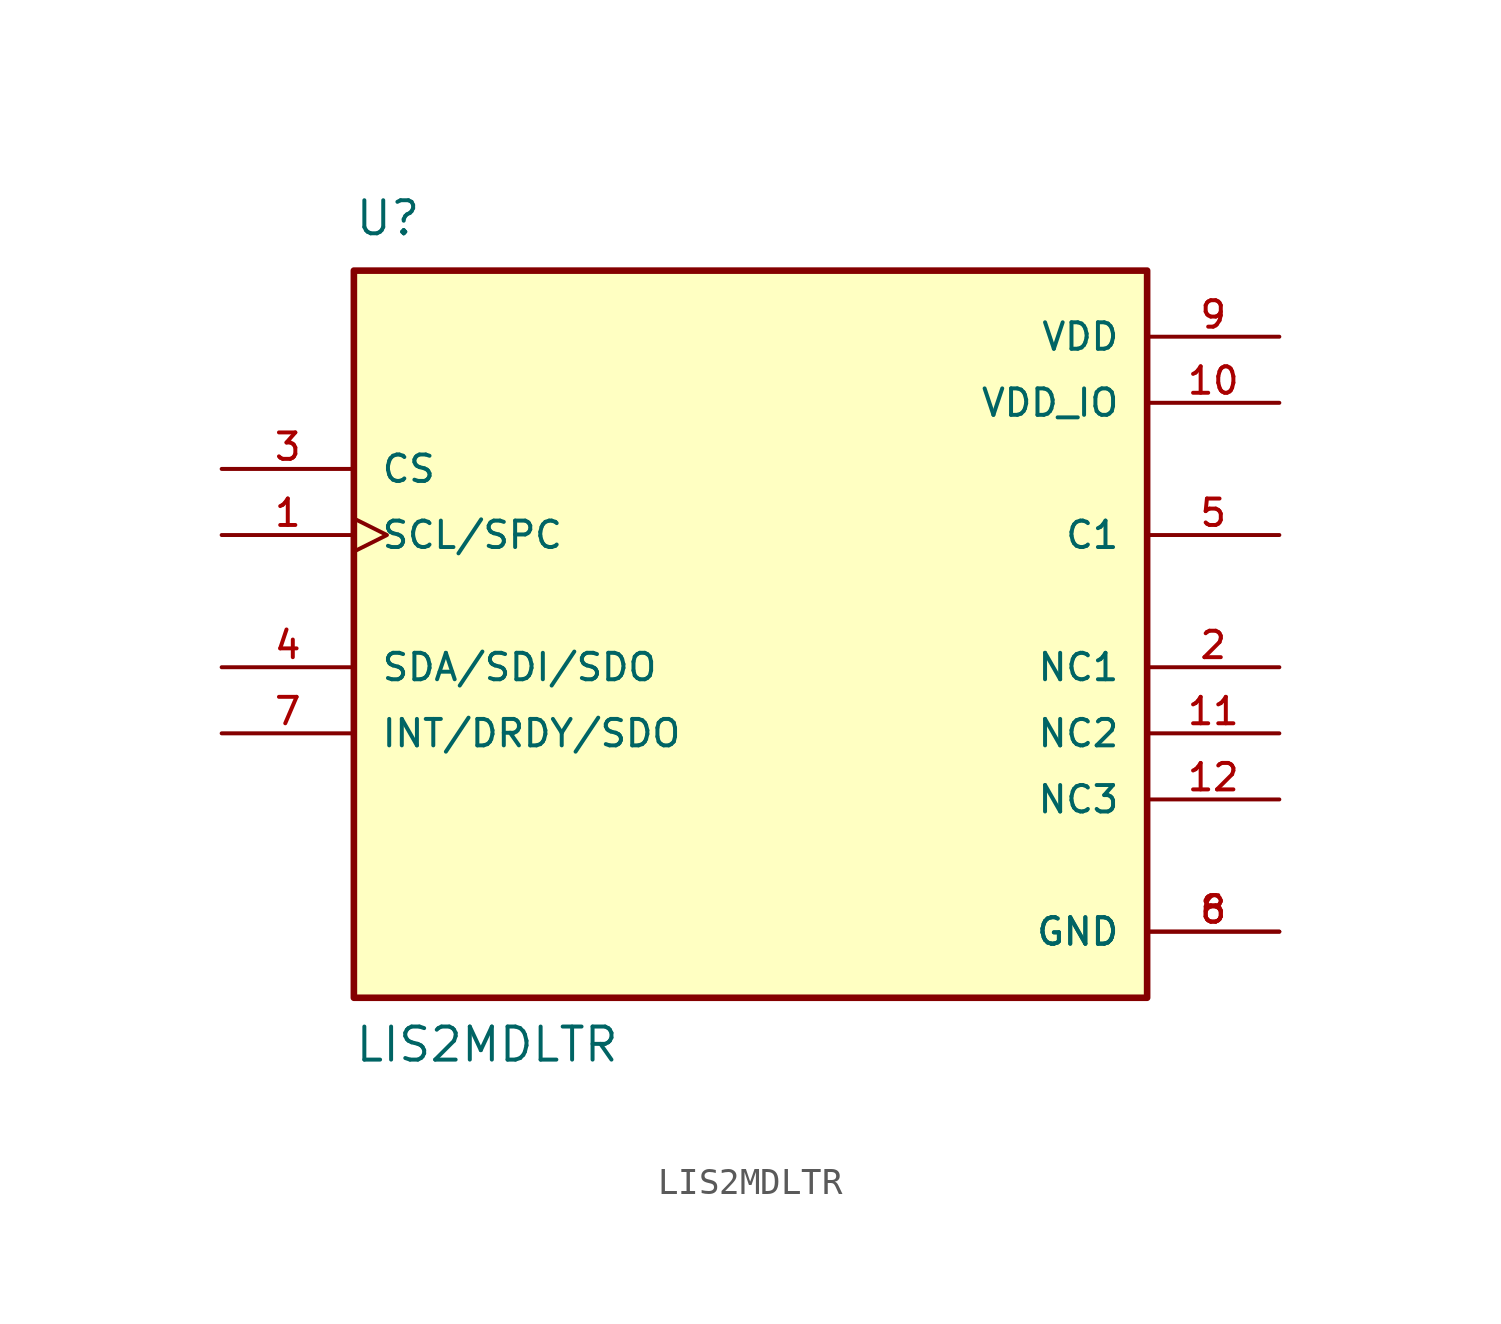
<source format=kicad_sym>
(kicad_symbol_lib
  (version 20211014)
  (generator kicad_symbol_editor)
  (symbol "LIS2MDLTR"
    (pin_names
      (offset 1.016))
    (property "Reference" "U"
      (at -15.24 13.97 0)
      (effects (font (size 1.27 1.27)) (justify bottom left)))
    (property "Value" "LIS2MDLTR"
      (at -15.24 -17.78 0)
      (effects (font (size 1.27 1.27)) (justify bottom left)))
    (symbol "LIS2MDLTR_0_0"
      (rectangle (start -15.24 -15.24) (end 15.24 12.7) (stroke (width 0.254)) (fill (type background)))
      (pin input clock (at -20.32 2.54 0) (length 5.08) (name "SCL/SPC" (effects (font (size 1.016 1.016)))) (number "1" (effects (font (size 1.016 1.016)))))
      (pin input line (at -20.32 5.08 0) (length 5.08) (name "CS" (effects (font (size 1.016 1.016)))) (number "3" (effects (font (size 1.016 1.016)))))
      (pin bidirectional line (at -20.32 -2.54 0) (length 5.08) (name "SDA/SDI/SDO" (effects (font (size 1.016 1.016)))) (number "4" (effects (font (size 1.016 1.016)))))
      (pin bidirectional line (at -20.32 -5.08 0) (length 5.08) (name "INT/DRDY/SDO" (effects (font (size 1.016 1.016)))) (number "7" (effects (font (size 1.016 1.016)))))
      (pin power_in line (at 20.32 10.16 180.0) (length 5.08) (name "VDD" (effects (font (size 1.016 1.016)))) (number "9" (effects (font (size 1.016 1.016)))))
      (pin power_in line (at 20.32 7.62 180.0) (length 5.08) (name "VDD_IO" (effects (font (size 1.016 1.016)))) (number "10" (effects (font (size 1.016 1.016)))))
      (pin power_in line (at 20.32 -12.7 180.0) (length 5.08) (name "GND" (effects (font (size 1.016 1.016)))) (number "6" (effects (font (size 1.016 1.016)))))
      (pin power_in line (at 20.32 -12.7 180.0) (length 5.08) (name "GND" (effects (font (size 1.016 1.016)))) (number "8" (effects (font (size 1.016 1.016)))))
      (pin passive line (at 20.32 2.54 180.0) (length 5.08) (name "C1" (effects (font (size 1.016 1.016)))) (number "5" (effects (font (size 1.016 1.016)))))
      (pin passive line (at 20.32 -2.54 180.0) (length 5.08) (name "NC1" (effects (font (size 1.016 1.016)))) (number "2" (effects (font (size 1.016 1.016)))))
      (pin passive line (at 20.32 -5.08 180.0) (length 5.08) (name "NC2" (effects (font (size 1.016 1.016)))) (number "11" (effects (font (size 1.016 1.016)))))
      (pin passive line (at 20.32 -7.62 180.0) (length 5.08) (name "NC3" (effects (font (size 1.016 1.016)))) (number "12" (effects (font (size 1.016 1.016))))))))
</source>
